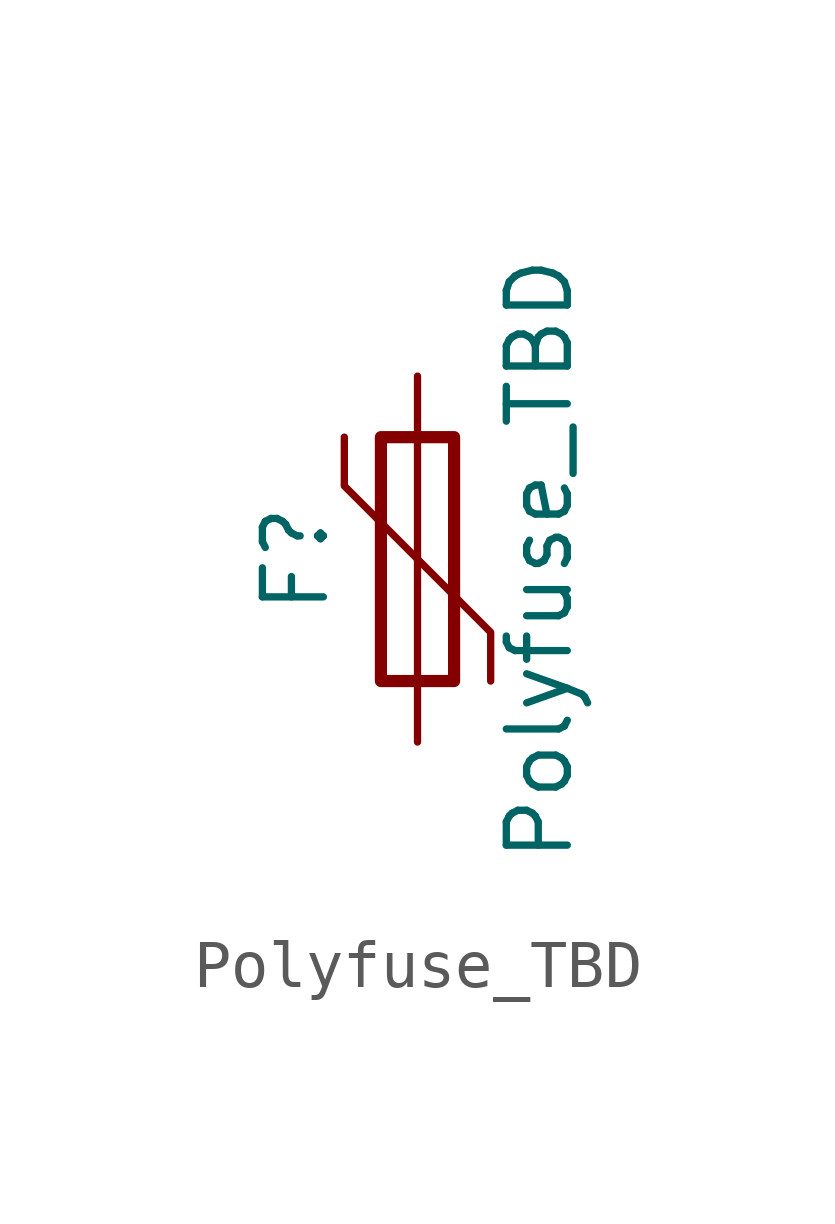
<source format=kicad_sym>
(kicad_symbol_lib
  (version 20241209)
  (generator "kicad_symbol_editor")
  (generator_version "9.0")
  (symbol "Polyfuse_TBD"
    (pin_numbers
      (hide yes))
    (pin_names
      (offset 0))
    (property "Reference" "F"
      (at -2.54 0 90)
      (effects (font (size 1.27 1.27))))
    (property "Value" "Polyfuse_TBD"
      (at 2.54 0 90)
      (effects (font (size 1.27 1.27))))
    (symbol "Polyfuse_TBD_0_1"
      (polyline (pts (xy -1.524 2.54) (xy -1.524 1.524) (xy 1.524 -1.524) (xy 1.524 -2.54)) (stroke (width 0) (type default)) (fill (type none)))
      (rectangle (start -0.762 2.54) (end 0.762 -2.54) (stroke (width 0.254) (type default)) (fill (type none)))
      (polyline (pts (xy 0 2.54) (xy 0 -2.54)) (stroke (width 0) (type default)) (fill (type none))))
    (symbol "Polyfuse_TBD_1_1"
      (pin passive line (at 0 3.81 270) (length 1.27) (name "~" (effects (font (size 1.27 1.27)))) (number "1" (effects (font (size 1.27 1.27)))))
      (pin passive line (at 0 -3.81 90) (length 1.27) (name "~" (effects (font (size 1.27 1.27)))) (number "2" (effects (font (size 1.27 1.27))))))))
</source>
